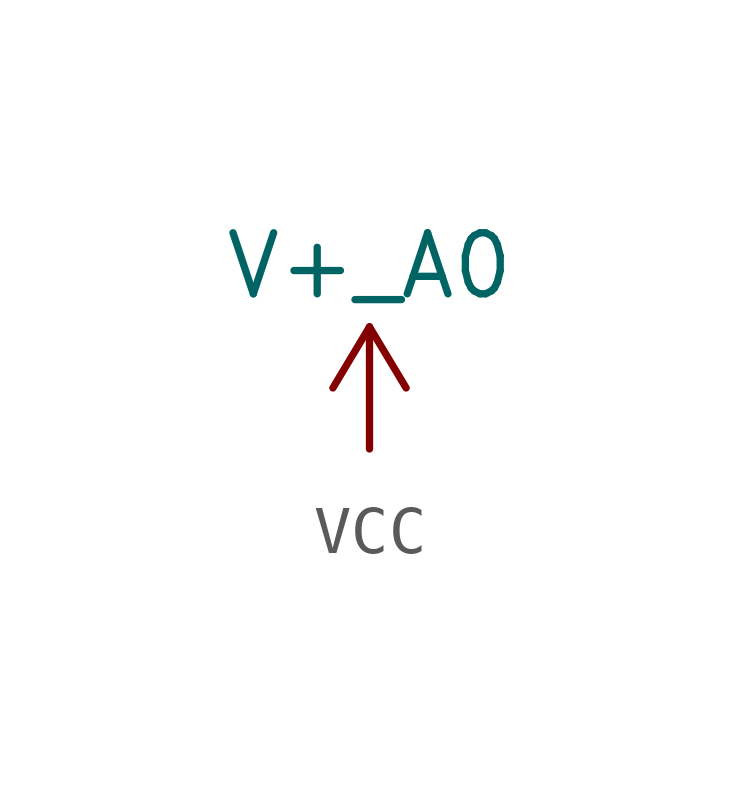
<source format=kicad_sym>
(kicad_symbol_lib
  (version 20220914)
  (generator kicad_symbol_editor)
  (symbol "VCC"
    (power)
    (pin_names
      (offset 0))
    (property "Reference" "#PWR"
      (at 0 -3.81 0)
      (effects (font (size 1.27 1.27)) hide))
    (property "Value" "V+_A0"
      (at 0 3.81 0)
      (effects (font (size 1.27 1.27))))
    (symbol "VCC_0_1"
      (polyline (pts (xy -0.762 1.27) (xy 0 2.54)) (stroke (width 0) (type default)) (fill (type none)))
      (polyline (pts (xy 0 0) (xy 0 2.54)) (stroke (width 0) (type default)) (fill (type none)))
      (polyline (pts (xy 0 2.54) (xy 0.762 1.27)) (stroke (width 0) (type default)) (fill (type none))))
    (symbol "VCC_1_1"
      (pin power_in line (at 0 0 90) (length 0) hide (name "V+_A0" (effects (font (size 1.27 1.27)))) (number "1" (effects (font (size 1.27 1.27))))))))
</source>
